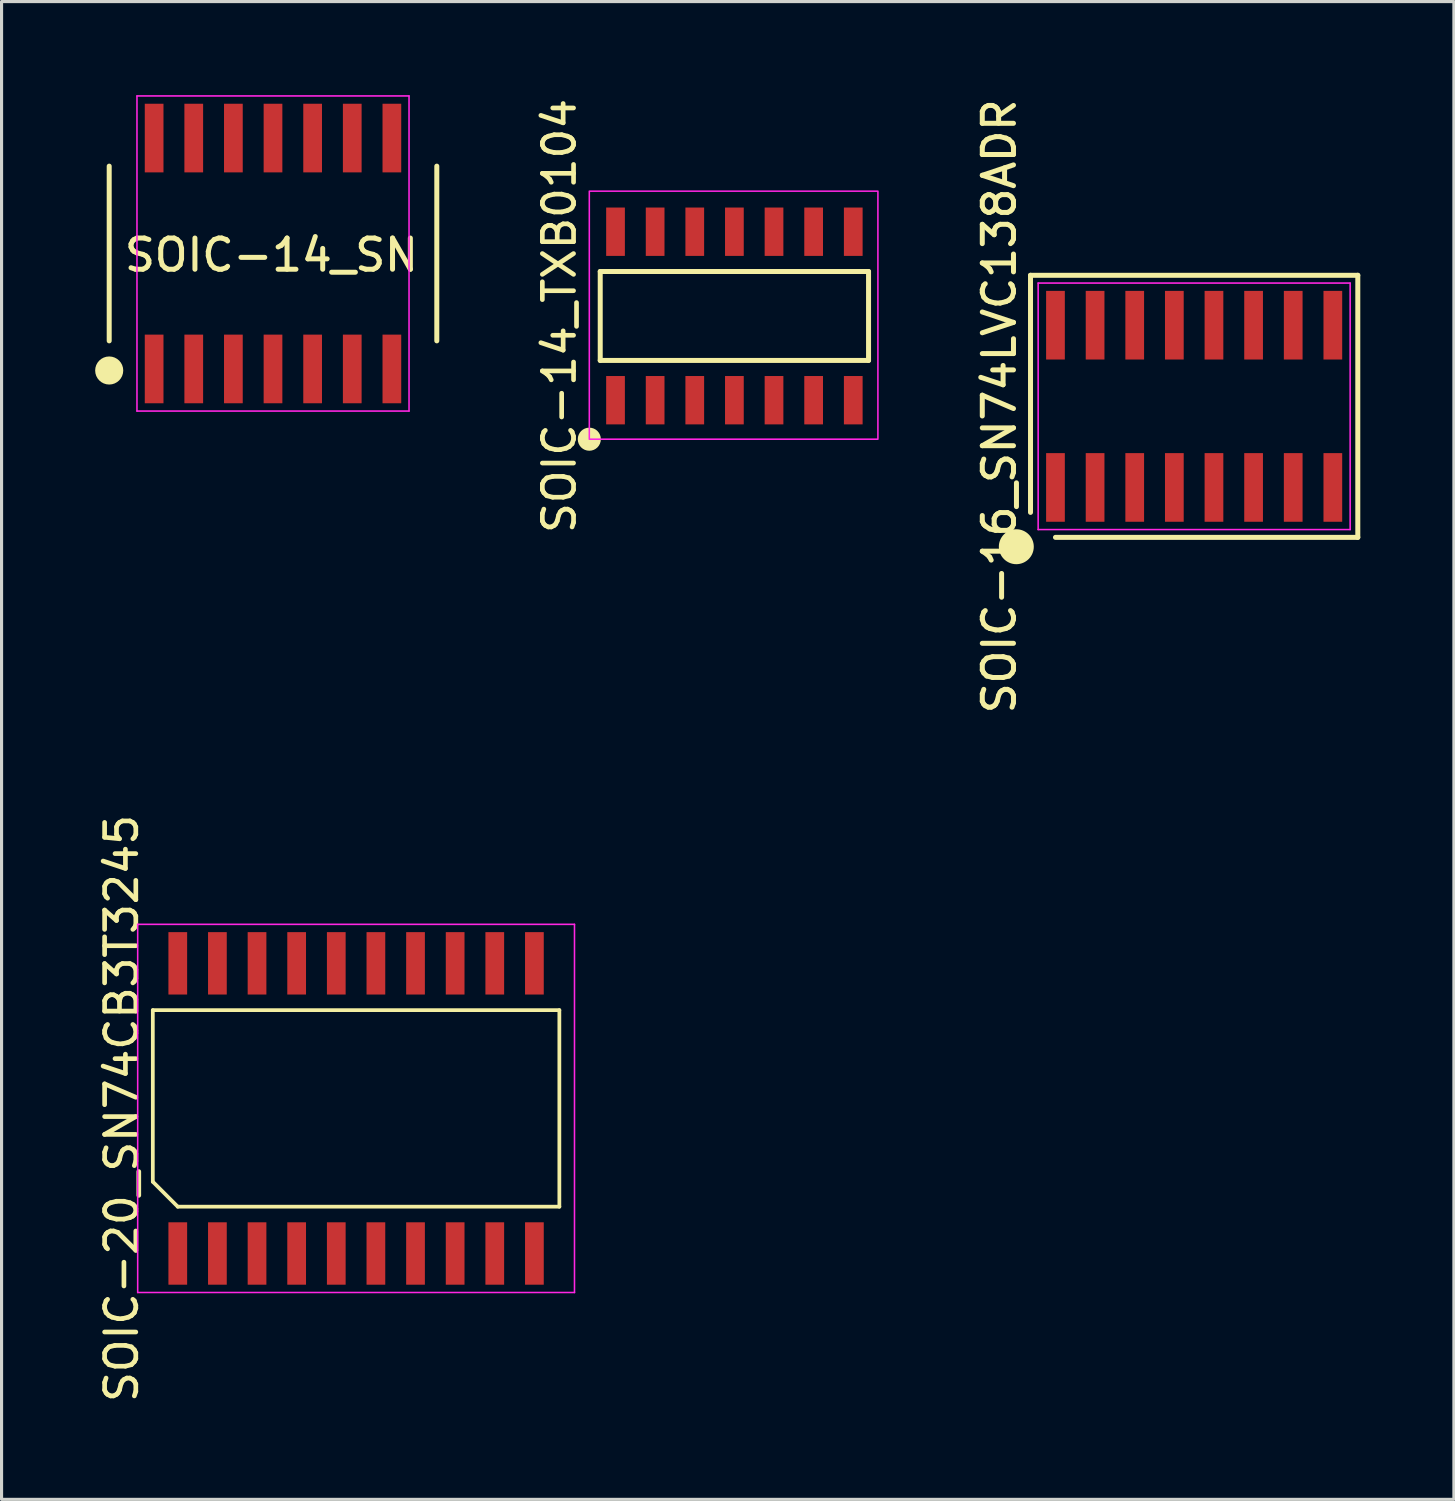
<source format=kicad_pcb>
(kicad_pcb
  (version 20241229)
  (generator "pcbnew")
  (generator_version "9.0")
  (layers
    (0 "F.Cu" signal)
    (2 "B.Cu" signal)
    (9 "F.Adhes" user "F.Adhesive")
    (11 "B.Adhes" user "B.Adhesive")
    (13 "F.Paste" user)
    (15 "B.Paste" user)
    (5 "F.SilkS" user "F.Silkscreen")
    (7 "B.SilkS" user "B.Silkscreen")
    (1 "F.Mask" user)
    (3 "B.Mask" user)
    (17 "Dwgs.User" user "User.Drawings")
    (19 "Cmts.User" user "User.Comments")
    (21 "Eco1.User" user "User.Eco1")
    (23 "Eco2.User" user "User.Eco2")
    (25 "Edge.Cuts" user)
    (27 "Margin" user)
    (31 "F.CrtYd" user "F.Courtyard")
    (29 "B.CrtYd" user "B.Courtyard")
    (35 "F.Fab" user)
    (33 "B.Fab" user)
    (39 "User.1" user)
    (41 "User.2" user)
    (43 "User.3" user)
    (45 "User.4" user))
  (footprint "SOIC-14_SN"
    (layer "F.Cu")
    (at 5.7 5.075)
    (property "Reference" "SOIC-14_SN" (at -0.05 0.05 180) (layer "F.SilkS") (effects (font (size 1 1) (thickness 0.16))))
    (attr smd)
    (fp_line (start -5.25 -2.8) (end -5.25 2.8) (stroke (width 0.16) (type default)) (layer "F.SilkS"))
    (fp_line (start 5.25 -2.8) (end 5.25 2.8) (stroke (width 0.16) (type default)) (layer "F.SilkS"))
    (fp_circle (center -5.25 3.75) (end -4.85 3.75) (stroke (width 0.1) (type solid)) (fill yes) (layer "F.SilkS"))
    (fp_line (start -4.36 -5.05) (end 4.36 -5.05) (stroke (width 0.05) (type default)) (layer "F.CrtYd"))
    (fp_line (start -4.36 5.05) (end -4.36 -5.05) (stroke (width 0.05) (type default)) (layer "F.CrtYd"))
    (fp_line (start 4.36 -5.05) (end 4.36 5.05) (stroke (width 0.05) (type default)) (layer "F.CrtYd"))
    (fp_line (start 4.36 5.05) (end -4.36 5.05) (stroke (width 0.05) (type default)) (layer "F.CrtYd"))
    (pad "1" smd rect (at -3.81 3.7) (size 0.6 2.2) (layers "F.Cu" "F.Mask" "F.Paste"))
    (pad "2" smd rect (at -2.54 3.7) (size 0.6 2.2) (layers "F.Cu" "F.Mask" "F.Paste"))
    (pad "3" smd rect (at -1.27 3.7) (size 0.6 2.2) (layers "F.Cu" "F.Mask" "F.Paste"))
    (pad "4" smd rect (at 0 3.7) (size 0.6 2.2) (layers "F.Cu" "F.Mask" "F.Paste"))
    (pad "5" smd rect (at 1.27 3.7) (size 0.6 2.2) (layers "F.Cu" "F.Mask" "F.Paste"))
    (pad "6" smd rect (at 2.54 3.7) (size 0.6 2.2) (layers "F.Cu" "F.Mask" "F.Paste"))
    (pad "7" smd rect (at 3.81 3.7) (size 0.6 2.2) (layers "F.Cu" "F.Mask" "F.Paste"))
    (pad "8" smd rect (at 3.81 -3.7) (size 0.6 2.2) (layers "F.Cu" "F.Mask" "F.Paste"))
    (pad "9" smd rect (at 2.54 -3.7) (size 0.6 2.2) (layers "F.Cu" "F.Mask" "F.Paste"))
    (pad "10" smd rect (at 1.27 -3.7) (size 0.6 2.2) (layers "F.Cu" "F.Mask" "F.Paste"))
    (pad "11" smd rect (at 0 -3.7) (size 0.6 2.2) (layers "F.Cu" "F.Mask" "F.Paste"))
    (pad "12" smd rect (at -1.27 -3.7) (size 0.6 2.2) (layers "F.Cu" "F.Mask" "F.Paste"))
    (pad "13" smd rect (at -2.54 -3.7) (size 0.6 2.2) (layers "F.Cu" "F.Mask" "F.Paste"))
    (pad "14" smd rect (at -3.81 -3.7) (size 0.6 2.2) (layers "F.Cu" "F.Mask" "F.Paste")))
  (footprint "SOIC-20_SN74CB3T3245"
    (layer "F.Cu")
    (at 8.363 32.476)
    (property "Reference" "SOIC-20_SN74CB3T3245" (at -7.515 0 90) (layer "F.SilkS") (effects (font (size 1 1) (thickness 0.15))))
    (attr smd)
    (fp_line (start -6.515 -3.15) (end 6.515 -3.15) (stroke (width 0.12) (type default)) (layer "F.SilkS"))
    (fp_line (start -6.515 2.35) (end -6.515 -3.15) (stroke (width 0.12) (type default)) (layer "F.SilkS"))
    (fp_line (start -5.715 3.15) (end -6.515 2.35) (stroke (width 0.12) (type default)) (layer "F.SilkS"))
    (fp_line (start 6.515 -3.15) (end 6.515 3.15) (stroke (width 0.12) (type default)) (layer "F.SilkS"))
    (fp_line (start 6.515 3.15) (end -5.715 3.15) (stroke (width 0.12) (type default)) (layer "F.SilkS"))
    (fp_line (start -7 -5.9) (end 7 -5.9) (stroke (width 0.05) (type default)) (layer "F.CrtYd"))
    (fp_line (start -7 5.9) (end -7 -5.9) (stroke (width 0.05) (type default)) (layer "F.CrtYd"))
    (fp_line (start 7 -5.9) (end 7 5.9) (stroke (width 0.05) (type default)) (layer "F.CrtYd"))
    (fp_line (start 7 5.9) (end -7 5.9) (stroke (width 0.05) (type default)) (layer "F.CrtYd"))
    (pad "1" smd rect (at -5.715 4.65) (size 0.6 2) (layers "F.Cu" "F.Mask" "F.Paste"))
    (pad "2" smd rect (at -4.445 4.65) (size 0.6 2) (layers "F.Cu" "F.Mask" "F.Paste"))
    (pad "3" smd rect (at -3.175 4.65) (size 0.6 2) (layers "F.Cu" "F.Mask" "F.Paste"))
    (pad "4" smd rect (at -1.905 4.65) (size 0.6 2) (layers "F.Cu" "F.Mask" "F.Paste"))
    (pad "5" smd rect (at -0.635 4.65) (size 0.6 2) (layers "F.Cu" "F.Mask" "F.Paste"))
    (pad "6" smd rect (at 0.635 4.65) (size 0.6 2) (layers "F.Cu" "F.Mask" "F.Paste"))
    (pad "7" smd rect (at 1.905 4.65) (size 0.6 2) (layers "F.Cu" "F.Mask" "F.Paste"))
    (pad "8" smd rect (at 3.175 4.65) (size 0.6 2) (layers "F.Cu" "F.Mask" "F.Paste"))
    (pad "9" smd rect (at 4.445 4.65) (size 0.6 2) (layers "F.Cu" "F.Mask" "F.Paste"))
    (pad "10" smd rect (at 5.715 4.65) (size 0.6 2) (layers "F.Cu" "F.Mask" "F.Paste"))
    (pad "11" smd rect (at 5.715 -4.65) (size 0.6 2) (layers "F.Cu" "F.Mask" "F.Paste"))
    (pad "12" smd rect (at 4.445 -4.65) (size 0.6 2) (layers "F.Cu" "F.Mask" "F.Paste"))
    (pad "13" smd rect (at 3.175 -4.65) (size 0.6 2) (layers "F.Cu" "F.Mask" "F.Paste"))
    (pad "14" smd rect (at 1.905 -4.65) (size 0.6 2) (layers "F.Cu" "F.Mask" "F.Paste"))
    (pad "15" smd rect (at 0.635 -4.65) (size 0.6 2) (layers "F.Cu" "F.Mask" "F.Paste"))
    (pad "16" smd rect (at -0.635 -4.65) (size 0.6 2) (layers "F.Cu" "F.Mask" "F.Paste"))
    (pad "17" smd rect (at -1.905 -4.65) (size 0.6 2) (layers "F.Cu" "F.Mask" "F.Paste"))
    (pad "18" smd rect (at -3.175 -4.65) (size 0.6 2) (layers "F.Cu" "F.Mask" "F.Paste"))
    (pad "19" smd rect (at -4.445 -4.65) (size 0.6 2) (layers "F.Cu" "F.Mask" "F.Paste"))
    (pad "20" smd rect (at -5.715 -4.65) (size 0.6 2) (layers "F.Cu" "F.Mask" "F.Paste")))
  (footprint "SOIC-16_SN74LVC138ADR"
    (layer "F.Cu")
    (at 35.224 9.973)
    (property "Reference" "SOIC-16_SN74LVC138ADR" (at -6.245 0 90) (layer "F.SilkS") (effects (font (size 1 1) (thickness 0.16))))
    (attr smd)
    (fp_line (start -5.245 -4.2) (end 5.245 -4.2) (stroke (width 0.16) (type default)) (layer "F.SilkS"))
    (fp_line (start -5.245 3.4) (end -5.245 -4.2) (stroke (width 0.16) (type default)) (layer "F.SilkS"))
    (fp_line (start 5.245 -4.2) (end 5.245 4.2) (stroke (width 0.16) (type default)) (layer "F.SilkS"))
    (fp_line (start 5.245 4.2) (end -4.445 4.2) (stroke (width 0.16) (type default)) (layer "F.SilkS"))
    (fp_circle (center -5.7 4.5) (end -5.19 4.5) (stroke (width 0.1) (type solid)) (fill yes) (layer "F.SilkS"))
    (fp_line (start -5 -3.95) (end 5 -3.95) (stroke (width 0.05) (type default)) (layer "F.CrtYd"))
    (fp_line (start -5 3.95) (end -5 -3.95) (stroke (width 0.05) (type default)) (layer "F.CrtYd"))
    (fp_line (start 5 -3.95) (end 5 3.95) (stroke (width 0.05) (type default)) (layer "F.CrtYd"))
    (fp_line (start 5 3.95) (end -5 3.95) (stroke (width 0.05) (type default)) (layer "F.CrtYd"))
    (pad "1" smd rect (at -4.445 2.6) (size 0.6 2.2) (layers "F.Cu" "F.Mask" "F.Paste"))
    (pad "2" smd rect (at -3.175 2.6) (size 0.6 2.2) (layers "F.Cu" "F.Mask" "F.Paste"))
    (pad "3" smd rect (at -1.905 2.6) (size 0.6 2.2) (layers "F.Cu" "F.Mask" "F.Paste"))
    (pad "4" smd rect (at -0.635 2.6) (size 0.6 2.2) (layers "F.Cu" "F.Mask" "F.Paste"))
    (pad "5" smd rect (at 0.635 2.6) (size 0.6 2.2) (layers "F.Cu" "F.Mask" "F.Paste"))
    (pad "6" smd rect (at 1.905 2.6) (size 0.6 2.2) (layers "F.Cu" "F.Mask" "F.Paste"))
    (pad "7" smd rect (at 3.175 2.6) (size 0.6 2.2) (layers "F.Cu" "F.Mask" "F.Paste"))
    (pad "8" smd rect (at 4.445 2.6) (size 0.6 2.2) (layers "F.Cu" "F.Mask" "F.Paste"))
    (pad "9" smd rect (at 4.445 -2.6) (size 0.6 2.2) (layers "F.Cu" "F.Mask" "F.Paste"))
    (pad "10" smd rect (at 3.175 -2.6) (size 0.6 2.2) (layers "F.Cu" "F.Mask" "F.Paste"))
    (pad "11" smd rect (at 1.905 -2.6) (size 0.6 2.2) (layers "F.Cu" "F.Mask" "F.Paste"))
    (pad "12" smd rect (at 0.635 -2.6) (size 0.6 2.2) (layers "F.Cu" "F.Mask" "F.Paste"))
    (pad "13" smd rect (at -0.635 -2.6) (size 0.6 2.2) (layers "F.Cu" "F.Mask" "F.Paste"))
    (pad "14" smd rect (at -1.905 -2.6) (size 0.6 2.2) (layers "F.Cu" "F.Mask" "F.Paste"))
    (pad "15" smd rect (at -3.175 -2.6) (size 0.6 2.2) (layers "F.Cu" "F.Mask" "F.Paste"))
    (pad "16" smd rect (at -4.445 -2.6) (size 0.6 2.2) (layers "F.Cu" "F.Mask" "F.Paste")))
  (footprint "SOIC-14_TXB0104"
    (layer "F.Cu")
    (at 20.488 7.077)
    (property "Reference" "SOIC-14_TXB0104" (at -5.61 0 90) (layer "F.SilkS") (effects (font (size 1 1) (thickness 0.15))))
    (attr smd)
    (fp_line (start -4.3 -1.425) (end 4.3 -1.425) (stroke (width 0.16) (type default)) (layer "F.SilkS"))
    (fp_line (start -4.3 1.425) (end -4.3 -1.425) (stroke (width 0.16) (type default)) (layer "F.SilkS"))
    (fp_line (start 4.3 -1.425) (end 4.3 1.425) (stroke (width 0.16) (type default)) (layer "F.SilkS"))
    (fp_line (start 4.3 1.425) (end -4.3 1.425) (stroke (width 0.16) (type default)) (layer "F.SilkS"))
    (fp_circle (center -4.65 3.95) (end -4.33 3.95) (stroke (width 0.1) (type solid)) (fill yes) (layer "F.SilkS"))
    (fp_rect (start -4.65 -4) (end 4.6 3.95) (stroke (width 0.05) (type default)) (fill no) (layer "F.CrtYd"))
    (pad "1" smd rect (at -3.81 2.7) (size 0.6 1.55) (layers "F.Cu" "F.Mask" "F.Paste"))
    (pad "2" smd rect (at -2.54 2.7) (size 0.6 1.55) (layers "F.Cu" "F.Mask" "F.Paste"))
    (pad "3" smd rect (at -1.27 2.7) (size 0.6 1.55) (layers "F.Cu" "F.Mask" "F.Paste"))
    (pad "4" smd rect (at 0 2.7) (size 0.6 1.55) (layers "F.Cu" "F.Mask" "F.Paste"))
    (pad "5" smd rect (at 1.27 2.7) (size 0.6 1.55) (layers "F.Cu" "F.Mask" "F.Paste"))
    (pad "6" smd rect (at 2.54 2.7) (size 0.6 1.55) (layers "F.Cu" "F.Mask" "F.Paste"))
    (pad "7" smd rect (at 3.81 2.7) (size 0.6 1.55) (layers "F.Cu" "F.Mask" "F.Paste"))
    (pad "8" smd rect (at 3.81 -2.7) (size 0.6 1.55) (layers "F.Cu" "F.Mask" "F.Paste"))
    (pad "9" smd rect (at 2.54 -2.7) (size 0.6 1.55) (layers "F.Cu" "F.Mask" "F.Paste"))
    (pad "10" smd rect (at 1.27 -2.7) (size 0.6 1.55) (layers "F.Cu" "F.Mask" "F.Paste"))
    (pad "11" smd rect (at 0 -2.7) (size 0.6 1.55) (layers "F.Cu" "F.Mask" "F.Paste"))
    (pad "12" smd rect (at -1.27 -2.7) (size 0.6 1.55) (layers "F.Cu" "F.Mask" "F.Paste"))
    (pad "13" smd rect (at -2.54 -2.7) (size 0.6 1.55) (layers "F.Cu" "F.Mask" "F.Paste"))
    (pad "14" smd rect (at -3.81 -2.7) (size 0.6 1.55) (layers "F.Cu" "F.Mask" "F.Paste")))
  (gr_rect
    (start -3 -3)
    (end 43.549 45.006)
    (stroke (width 0.1) (type default))
    (fill no)
    (layer "Edge.Cuts")))
</source>
